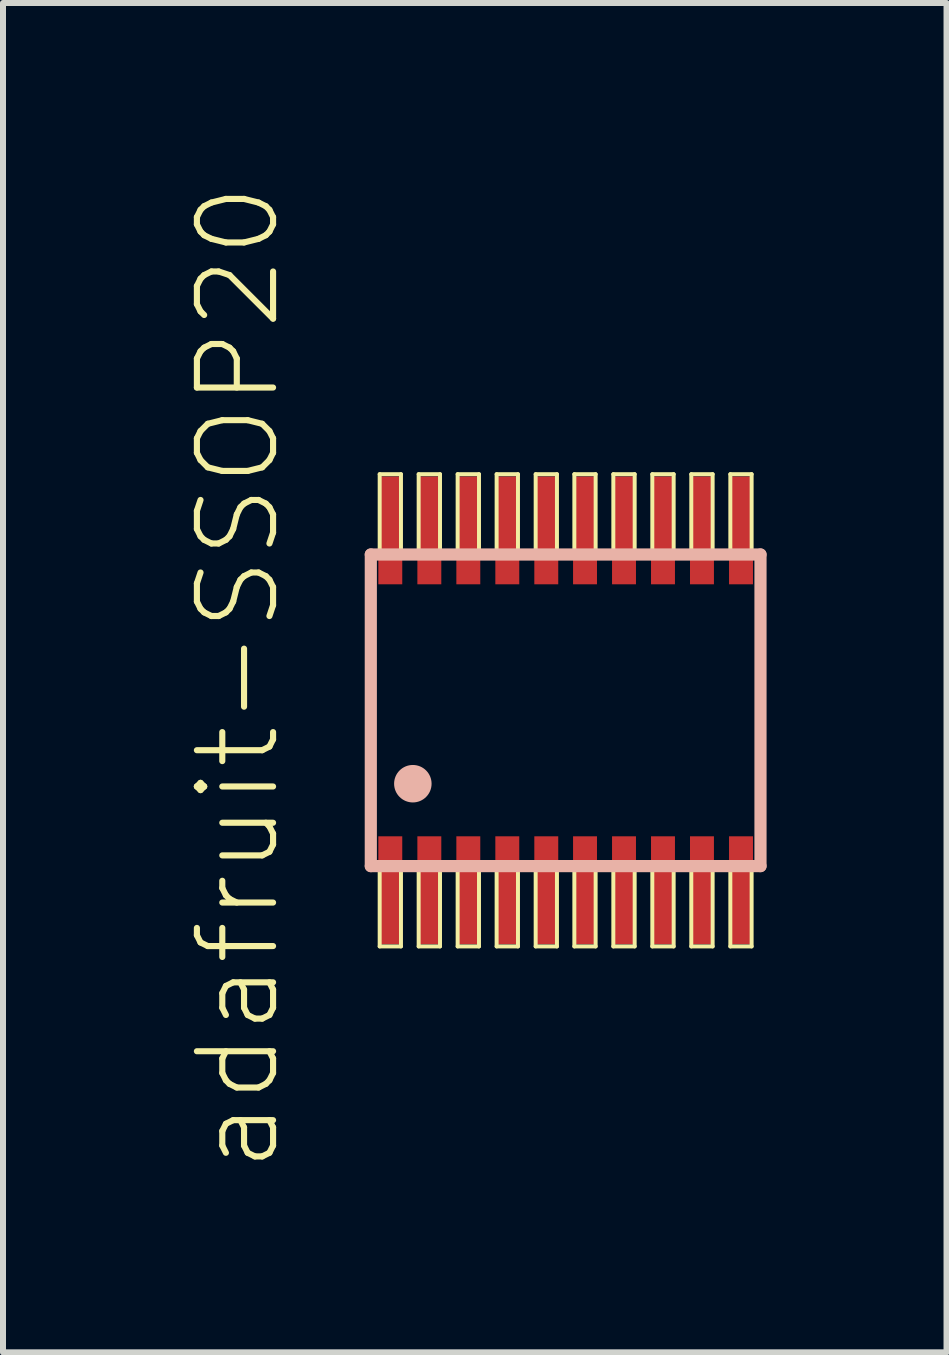
<source format=kicad_pcb>
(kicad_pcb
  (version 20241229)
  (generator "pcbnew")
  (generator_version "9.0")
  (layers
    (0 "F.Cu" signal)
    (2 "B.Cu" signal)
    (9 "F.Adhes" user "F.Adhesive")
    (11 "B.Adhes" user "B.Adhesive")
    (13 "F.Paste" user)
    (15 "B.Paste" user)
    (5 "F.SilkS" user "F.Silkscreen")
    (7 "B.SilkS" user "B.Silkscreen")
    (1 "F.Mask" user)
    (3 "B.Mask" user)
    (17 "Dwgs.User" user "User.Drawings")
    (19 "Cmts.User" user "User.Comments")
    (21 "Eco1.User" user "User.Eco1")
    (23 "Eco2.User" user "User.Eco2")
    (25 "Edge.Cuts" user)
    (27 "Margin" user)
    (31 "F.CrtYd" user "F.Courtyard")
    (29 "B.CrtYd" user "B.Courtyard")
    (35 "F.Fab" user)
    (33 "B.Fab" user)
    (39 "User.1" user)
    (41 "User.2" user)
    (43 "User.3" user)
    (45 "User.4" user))
  (footprint "adafruit-SSOP20"
    (layer "F.Cu")
    (at 6.382 8.794)
    (property "Reference" "adafruit-SSOP20" (at -5.461 -0.544 90) (layer "F.SilkS") (effects (font (size 1.27 1.27) (thickness 0.102))))
    (attr smd)
    (fp_line (start -3.101 -3.937) (end -2.746 -3.937) (stroke (width 0.066) (type solid)) (layer "F.SilkS"))
    (fp_line (start -3.101 -2.642) (end -3.101 -3.937) (stroke (width 0.066) (type solid)) (layer "F.SilkS"))
    (fp_line (start -3.101 -2.642) (end -2.746 -2.642) (stroke (width 0.066) (type solid)) (layer "F.SilkS"))
    (fp_line (start -3.101 2.642) (end -2.746 2.642) (stroke (width 0.066) (type solid)) (layer "F.SilkS"))
    (fp_line (start -3.101 3.937) (end -3.101 2.642) (stroke (width 0.066) (type solid)) (layer "F.SilkS"))
    (fp_line (start -3.101 3.937) (end -2.746 3.937) (stroke (width 0.066) (type solid)) (layer "F.SilkS"))
    (fp_line (start -2.746 -2.642) (end -2.746 -3.937) (stroke (width 0.066) (type solid)) (layer "F.SilkS"))
    (fp_line (start -2.746 3.937) (end -2.746 2.642) (stroke (width 0.066) (type solid)) (layer "F.SilkS"))
    (fp_line (start -2.451 -3.937) (end -2.095 -3.937) (stroke (width 0.066) (type solid)) (layer "F.SilkS"))
    (fp_line (start -2.451 -2.642) (end -2.451 -3.937) (stroke (width 0.066) (type solid)) (layer "F.SilkS"))
    (fp_line (start -2.451 -2.642) (end -2.095 -2.642) (stroke (width 0.066) (type solid)) (layer "F.SilkS"))
    (fp_line (start -2.451 2.642) (end -2.095 2.642) (stroke (width 0.066) (type solid)) (layer "F.SilkS"))
    (fp_line (start -2.451 3.937) (end -2.451 2.642) (stroke (width 0.066) (type solid)) (layer "F.SilkS"))
    (fp_line (start -2.451 3.937) (end -2.095 3.937) (stroke (width 0.066) (type solid)) (layer "F.SilkS"))
    (fp_line (start -2.095 -2.642) (end -2.095 -3.937) (stroke (width 0.066) (type solid)) (layer "F.SilkS"))
    (fp_line (start -2.095 3.937) (end -2.095 2.642) (stroke (width 0.066) (type solid)) (layer "F.SilkS"))
    (fp_line (start -1.801 -3.937) (end -1.445 -3.937) (stroke (width 0.066) (type solid)) (layer "F.SilkS"))
    (fp_line (start -1.801 -2.642) (end -1.801 -3.937) (stroke (width 0.066) (type solid)) (layer "F.SilkS"))
    (fp_line (start -1.801 -2.642) (end -1.445 -2.642) (stroke (width 0.066) (type solid)) (layer "F.SilkS"))
    (fp_line (start -1.801 2.642) (end -1.445 2.642) (stroke (width 0.066) (type solid)) (layer "F.SilkS"))
    (fp_line (start -1.801 3.937) (end -1.801 2.642) (stroke (width 0.066) (type solid)) (layer "F.SilkS"))
    (fp_line (start -1.801 3.937) (end -1.445 3.937) (stroke (width 0.066) (type solid)) (layer "F.SilkS"))
    (fp_line (start -1.445 -2.642) (end -1.445 -3.937) (stroke (width 0.066) (type solid)) (layer "F.SilkS"))
    (fp_line (start -1.445 3.937) (end -1.445 2.642) (stroke (width 0.066) (type solid)) (layer "F.SilkS"))
    (fp_line (start -1.151 -3.937) (end -0.795 -3.937) (stroke (width 0.066) (type solid)) (layer "F.SilkS"))
    (fp_line (start -1.151 -2.642) (end -1.151 -3.937) (stroke (width 0.066) (type solid)) (layer "F.SilkS"))
    (fp_line (start -1.151 -2.642) (end -0.795 -2.642) (stroke (width 0.066) (type solid)) (layer "F.SilkS"))
    (fp_line (start -1.151 2.642) (end -0.795 2.642) (stroke (width 0.066) (type solid)) (layer "F.SilkS"))
    (fp_line (start -1.151 3.937) (end -1.151 2.642) (stroke (width 0.066) (type solid)) (layer "F.SilkS"))
    (fp_line (start -1.151 3.937) (end -0.795 3.937) (stroke (width 0.066) (type solid)) (layer "F.SilkS"))
    (fp_line (start -0.795 -2.642) (end -0.795 -3.937) (stroke (width 0.066) (type solid)) (layer "F.SilkS"))
    (fp_line (start -0.795 3.937) (end -0.795 2.642) (stroke (width 0.066) (type solid)) (layer "F.SilkS"))
    (fp_line (start -0.5 -3.937) (end -0.145 -3.937) (stroke (width 0.066) (type solid)) (layer "F.SilkS"))
    (fp_line (start -0.5 -2.642) (end -0.5 -3.937) (stroke (width 0.066) (type solid)) (layer "F.SilkS"))
    (fp_line (start -0.5 -2.642) (end -0.145 -2.642) (stroke (width 0.066) (type solid)) (layer "F.SilkS"))
    (fp_line (start -0.5 2.642) (end -0.145 2.642) (stroke (width 0.066) (type solid)) (layer "F.SilkS"))
    (fp_line (start -0.5 3.937) (end -0.5 2.642) (stroke (width 0.066) (type solid)) (layer "F.SilkS"))
    (fp_line (start -0.5 3.937) (end -0.145 3.937) (stroke (width 0.066) (type solid)) (layer "F.SilkS"))
    (fp_line (start -0.145 -2.642) (end -0.145 -3.937) (stroke (width 0.066) (type solid)) (layer "F.SilkS"))
    (fp_line (start -0.145 3.937) (end -0.145 2.642) (stroke (width 0.066) (type solid)) (layer "F.SilkS"))
    (fp_line (start 0.145 -3.937) (end 0.5 -3.937) (stroke (width 0.066) (type solid)) (layer "F.SilkS"))
    (fp_line (start 0.145 -2.642) (end 0.145 -3.937) (stroke (width 0.066) (type solid)) (layer "F.SilkS"))
    (fp_line (start 0.145 -2.642) (end 0.5 -2.642) (stroke (width 0.066) (type solid)) (layer "F.SilkS"))
    (fp_line (start 0.145 2.642) (end 0.5 2.642) (stroke (width 0.066) (type solid)) (layer "F.SilkS"))
    (fp_line (start 0.145 3.937) (end 0.145 2.642) (stroke (width 0.066) (type solid)) (layer "F.SilkS"))
    (fp_line (start 0.145 3.937) (end 0.5 3.937) (stroke (width 0.066) (type solid)) (layer "F.SilkS"))
    (fp_line (start 0.5 -2.642) (end 0.5 -3.937) (stroke (width 0.066) (type solid)) (layer "F.SilkS"))
    (fp_line (start 0.5 3.937) (end 0.5 2.642) (stroke (width 0.066) (type solid)) (layer "F.SilkS"))
    (fp_line (start 0.795 -3.937) (end 1.151 -3.937) (stroke (width 0.066) (type solid)) (layer "F.SilkS"))
    (fp_line (start 0.795 -2.642) (end 0.795 -3.937) (stroke (width 0.066) (type solid)) (layer "F.SilkS"))
    (fp_line (start 0.795 -2.642) (end 1.151 -2.642) (stroke (width 0.066) (type solid)) (layer "F.SilkS"))
    (fp_line (start 0.795 2.642) (end 1.151 2.642) (stroke (width 0.066) (type solid)) (layer "F.SilkS"))
    (fp_line (start 0.795 3.937) (end 0.795 2.642) (stroke (width 0.066) (type solid)) (layer "F.SilkS"))
    (fp_line (start 0.795 3.937) (end 1.151 3.937) (stroke (width 0.066) (type solid)) (layer "F.SilkS"))
    (fp_line (start 1.151 -2.642) (end 1.151 -3.937) (stroke (width 0.066) (type solid)) (layer "F.SilkS"))
    (fp_line (start 1.151 3.937) (end 1.151 2.642) (stroke (width 0.066) (type solid)) (layer "F.SilkS"))
    (fp_line (start 1.445 -3.937) (end 1.801 -3.937) (stroke (width 0.066) (type solid)) (layer "F.SilkS"))
    (fp_line (start 1.445 -2.642) (end 1.445 -3.937) (stroke (width 0.066) (type solid)) (layer "F.SilkS"))
    (fp_line (start 1.445 -2.642) (end 1.801 -2.642) (stroke (width 0.066) (type solid)) (layer "F.SilkS"))
    (fp_line (start 1.445 2.642) (end 1.801 2.642) (stroke (width 0.066) (type solid)) (layer "F.SilkS"))
    (fp_line (start 1.445 3.937) (end 1.445 2.642) (stroke (width 0.066) (type solid)) (layer "F.SilkS"))
    (fp_line (start 1.445 3.937) (end 1.801 3.937) (stroke (width 0.066) (type solid)) (layer "F.SilkS"))
    (fp_line (start 1.801 -2.642) (end 1.801 -3.937) (stroke (width 0.066) (type solid)) (layer "F.SilkS"))
    (fp_line (start 1.801 3.937) (end 1.801 2.642) (stroke (width 0.066) (type solid)) (layer "F.SilkS"))
    (fp_line (start 2.095 -3.937) (end 2.451 -3.937) (stroke (width 0.066) (type solid)) (layer "F.SilkS"))
    (fp_line (start 2.095 -2.642) (end 2.095 -3.937) (stroke (width 0.066) (type solid)) (layer "F.SilkS"))
    (fp_line (start 2.095 -2.642) (end 2.451 -2.642) (stroke (width 0.066) (type solid)) (layer "F.SilkS"))
    (fp_line (start 2.095 2.642) (end 2.451 2.642) (stroke (width 0.066) (type solid)) (layer "F.SilkS"))
    (fp_line (start 2.095 3.937) (end 2.095 2.642) (stroke (width 0.066) (type solid)) (layer "F.SilkS"))
    (fp_line (start 2.095 3.937) (end 2.451 3.937) (stroke (width 0.066) (type solid)) (layer "F.SilkS"))
    (fp_line (start 2.451 -2.642) (end 2.451 -3.937) (stroke (width 0.066) (type solid)) (layer "F.SilkS"))
    (fp_line (start 2.451 3.937) (end 2.451 2.642) (stroke (width 0.066) (type solid)) (layer "F.SilkS"))
    (fp_line (start 2.746 -3.937) (end 3.101 -3.937) (stroke (width 0.066) (type solid)) (layer "F.SilkS"))
    (fp_line (start 2.746 -2.642) (end 2.746 -3.937) (stroke (width 0.066) (type solid)) (layer "F.SilkS"))
    (fp_line (start 2.746 -2.642) (end 3.101 -2.642) (stroke (width 0.066) (type solid)) (layer "F.SilkS"))
    (fp_line (start 2.746 2.642) (end 3.101 2.642) (stroke (width 0.066) (type solid)) (layer "F.SilkS"))
    (fp_line (start 2.746 3.937) (end 2.746 2.642) (stroke (width 0.066) (type solid)) (layer "F.SilkS"))
    (fp_line (start 2.746 3.937) (end 3.101 3.937) (stroke (width 0.066) (type solid)) (layer "F.SilkS"))
    (fp_line (start 3.101 -2.642) (end 3.101 -3.937) (stroke (width 0.066) (type solid)) (layer "F.SilkS"))
    (fp_line (start 3.101 3.937) (end 3.101 2.642) (stroke (width 0.066) (type solid)) (layer "F.SilkS"))
    (fp_line (start -3.249 -2.598) (end -3.249 2.598) (stroke (width 0.203) (type solid)) (layer "B.SilkS"))
    (fp_line (start -3.249 2.598) (end 3.249 2.598) (stroke (width 0.203) (type solid)) (layer "B.SilkS"))
    (fp_line (start 3.249 -2.598) (end -3.249 -2.598) (stroke (width 0.203) (type solid)) (layer "B.SilkS"))
    (fp_line (start 3.249 2.598) (end 3.249 -2.598) (stroke (width 0.203) (type solid)) (layer "B.SilkS"))
    (fp_circle (center -2.548 1.224) (end -2.769 1.445) (stroke (width 0) (type solid)) (fill yes) (layer "B.SilkS"))
    (pad "1" smd rect (at -2.924 3) (size 0.399 1.798) (layers "F.Cu" "F.Mask" "F.Paste"))
    (pad "2" smd rect (at -2.273 3) (size 0.399 1.798) (layers "F.Cu" "F.Mask" "F.Paste"))
    (pad "3" smd rect (at -1.623 3) (size 0.399 1.798) (layers "F.Cu" "F.Mask" "F.Paste"))
    (pad "4" smd rect (at -0.973 3) (size 0.399 1.798) (layers "F.Cu" "F.Mask" "F.Paste"))
    (pad "5" smd rect (at -0.323 3) (size 0.399 1.798) (layers "F.Cu" "F.Mask" "F.Paste"))
    (pad "6" smd rect (at 0.323 3) (size 0.399 1.798) (layers "F.Cu" "F.Mask" "F.Paste"))
    (pad "7" smd rect (at 0.973 3) (size 0.399 1.798) (layers "F.Cu" "F.Mask" "F.Paste"))
    (pad "8" smd rect (at 1.623 3) (size 0.399 1.798) (layers "F.Cu" "F.Mask" "F.Paste"))
    (pad "9" smd rect (at 2.273 3) (size 0.399 1.798) (layers "F.Cu" "F.Mask" "F.Paste"))
    (pad "10" smd rect (at 2.924 3) (size 0.399 1.798) (layers "F.Cu" "F.Mask" "F.Paste"))
    (pad "11" smd rect (at 2.924 -3 180) (size 0.399 1.798) (layers "F.Cu" "F.Mask" "F.Paste"))
    (pad "12" smd rect (at 2.273 -3 180) (size 0.399 1.798) (layers "F.Cu" "F.Mask" "F.Paste"))
    (pad "13" smd rect (at 1.623 -3) (size 0.399 1.798) (layers "F.Cu" "F.Mask" "F.Paste"))
    (pad "14" smd rect (at 0.973 -3) (size 0.399 1.798) (layers "F.Cu" "F.Mask" "F.Paste"))
    (pad "15" smd rect (at 0.323 -3) (size 0.399 1.798) (layers "F.Cu" "F.Mask" "F.Paste"))
    (pad "16" smd rect (at -0.323 -3) (size 0.399 1.798) (layers "F.Cu" "F.Mask" "F.Paste"))
    (pad "17" smd rect (at -0.973 -3) (size 0.399 1.798) (layers "F.Cu" "F.Mask" "F.Paste"))
    (pad "18" smd rect (at -1.623 -3) (size 0.399 1.798) (layers "F.Cu" "F.Mask" "F.Paste"))
    (pad "19" smd rect (at -2.273 -3) (size 0.399 1.798) (layers "F.Cu" "F.Mask" "F.Paste"))
    (pad "20" smd rect (at -2.924 -3) (size 0.399 1.798) (layers "F.Cu" "F.Mask" "F.Paste")))
  (gr_rect
    (start -3 -3)
    (end 12.733 19.5)
    (stroke (width 0.1) (type default))
    (fill no)
    (layer "Edge.Cuts")))
</source>
